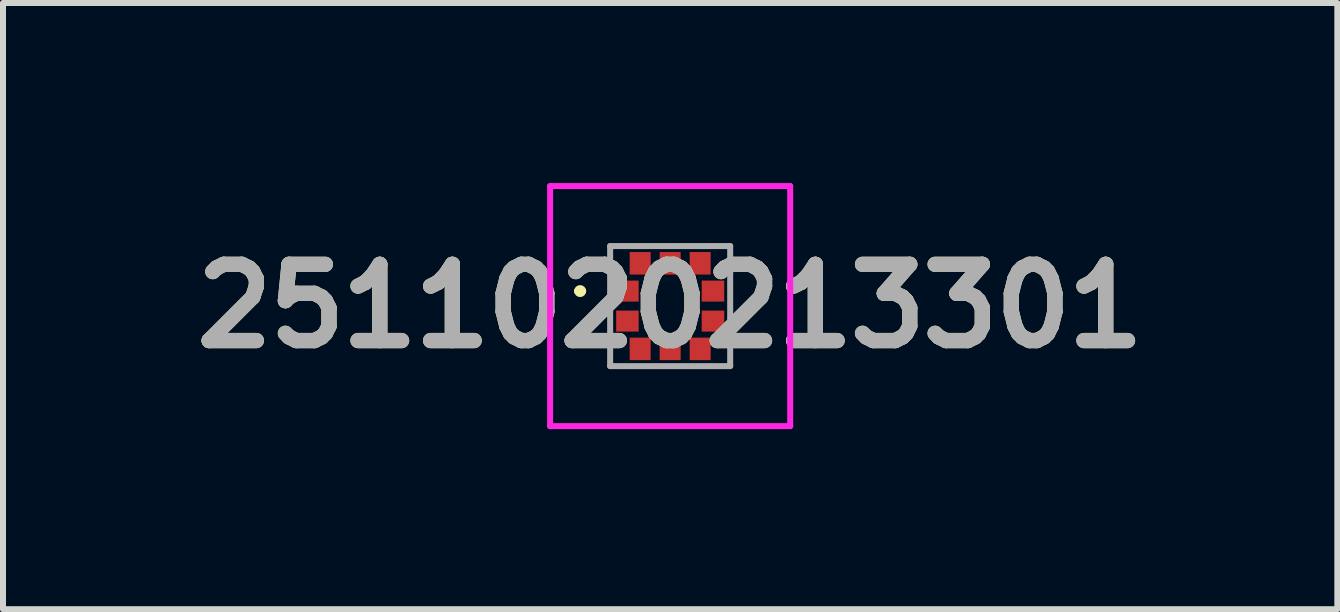
<source format=kicad_pcb>
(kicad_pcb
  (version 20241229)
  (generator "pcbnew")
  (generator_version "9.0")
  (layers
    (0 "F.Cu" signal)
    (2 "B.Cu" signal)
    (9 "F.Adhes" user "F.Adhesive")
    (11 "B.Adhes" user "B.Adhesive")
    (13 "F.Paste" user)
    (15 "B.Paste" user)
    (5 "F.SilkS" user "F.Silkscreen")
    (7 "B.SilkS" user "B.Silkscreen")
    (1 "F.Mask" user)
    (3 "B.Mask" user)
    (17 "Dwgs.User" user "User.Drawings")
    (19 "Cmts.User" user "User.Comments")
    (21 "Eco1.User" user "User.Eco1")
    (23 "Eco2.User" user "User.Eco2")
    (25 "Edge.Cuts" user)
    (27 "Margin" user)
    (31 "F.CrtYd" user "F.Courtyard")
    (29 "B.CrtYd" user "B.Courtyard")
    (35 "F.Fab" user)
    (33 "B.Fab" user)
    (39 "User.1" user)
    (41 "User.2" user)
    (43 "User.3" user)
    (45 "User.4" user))
  (footprint "2511020213301"
    (layer "F.Cu")
    (at 8.116 2.05)
    (property "Reference" "2511020213301" (at 0 0 0) (layer "F.SilkS") (effects (font (size 1.27 1.27) (thickness 0.254))))
    (attr smd)
    (fp_line (start -1.55 -0.25) (end -1.55 -0.25) (stroke (width 0.1) (type solid)) (layer "F.SilkS"))
    (fp_line (start -1.45 -0.25) (end -1.45 -0.25) (stroke (width 0.1) (type solid)) (layer "F.SilkS"))
    (fp_arc (start -1.55 -0.25) (mid -1.5 -0.3) (end -1.45 -0.25) (stroke (width 0.1) (type solid)) (layer "F.SilkS"))
    (fp_arc (start -1.45 -0.25) (mid -1.5 -0.2) (end -1.55 -0.25) (stroke (width 0.1) (type solid)) (layer "F.SilkS"))
    (fp_line (start -2 -2) (end 2 -2) (stroke (width 0.1) (type solid)) (layer "F.CrtYd"))
    (fp_line (start -2 2) (end -2 -2) (stroke (width 0.1) (type solid)) (layer "F.CrtYd"))
    (fp_line (start 2 -2) (end 2 2) (stroke (width 0.1) (type solid)) (layer "F.CrtYd"))
    (fp_line (start 2 2) (end -2 2) (stroke (width 0.1) (type solid)) (layer "F.CrtYd"))
    (fp_line (start -1 -1) (end 1 -1) (stroke (width 0.1) (type solid)) (layer "F.Fab"))
    (fp_line (start -1 1) (end -1 -1) (stroke (width 0.1) (type solid)) (layer "F.Fab"))
    (fp_line (start 1 -1) (end 1 1) (stroke (width 0.1) (type solid)) (layer "F.Fab"))
    (fp_line (start 1 1) (end -1 1) (stroke (width 0.1) (type solid)) (layer "F.Fab"))
    (fp_text user "${REFERENCE}" (at 0 0 0) (layer "F.Fab") (effects (font (size 1.27 1.27) (thickness 0.254))))
    (pad "1" smd rect (at -0.712 -0.25 90) (size 0.35 0.375) (layers "F.Cu" "F.Mask" "F.Paste"))
    (pad "2" smd rect (at -0.712 0.25 90) (size 0.35 0.375) (layers "F.Cu" "F.Mask" "F.Paste"))
    (pad "3" smd rect (at -0.5 0.713) (size 0.35 0.375) (layers "F.Cu" "F.Mask" "F.Paste"))
    (pad "4" smd rect (at 0 0.713) (size 0.35 0.375) (layers "F.Cu" "F.Mask" "F.Paste"))
    (pad "5" smd rect (at 0.5 0.713) (size 0.35 0.375) (layers "F.Cu" "F.Mask" "F.Paste"))
    (pad "6" smd rect (at 0.713 0.25 90) (size 0.35 0.375) (layers "F.Cu" "F.Mask" "F.Paste"))
    (pad "7" smd rect (at 0.713 -0.25 90) (size 0.35 0.375) (layers "F.Cu" "F.Mask" "F.Paste"))
    (pad "8" smd rect (at 0.5 -0.713) (size 0.35 0.375) (layers "F.Cu" "F.Mask" "F.Paste"))
    (pad "9" smd rect (at 0 -0.713) (size 0.35 0.375) (layers "F.Cu" "F.Mask" "F.Paste"))
    (pad "10" smd rect (at -0.5 -0.713) (size 0.35 0.375) (layers "F.Cu" "F.Mask" "F.Paste")))
  (gr_rect
    (start -3 -3)
    (end 19.232 7.1)
    (stroke (width 0.1) (type default))
    (fill no)
    (layer "Edge.Cuts")))
</source>
